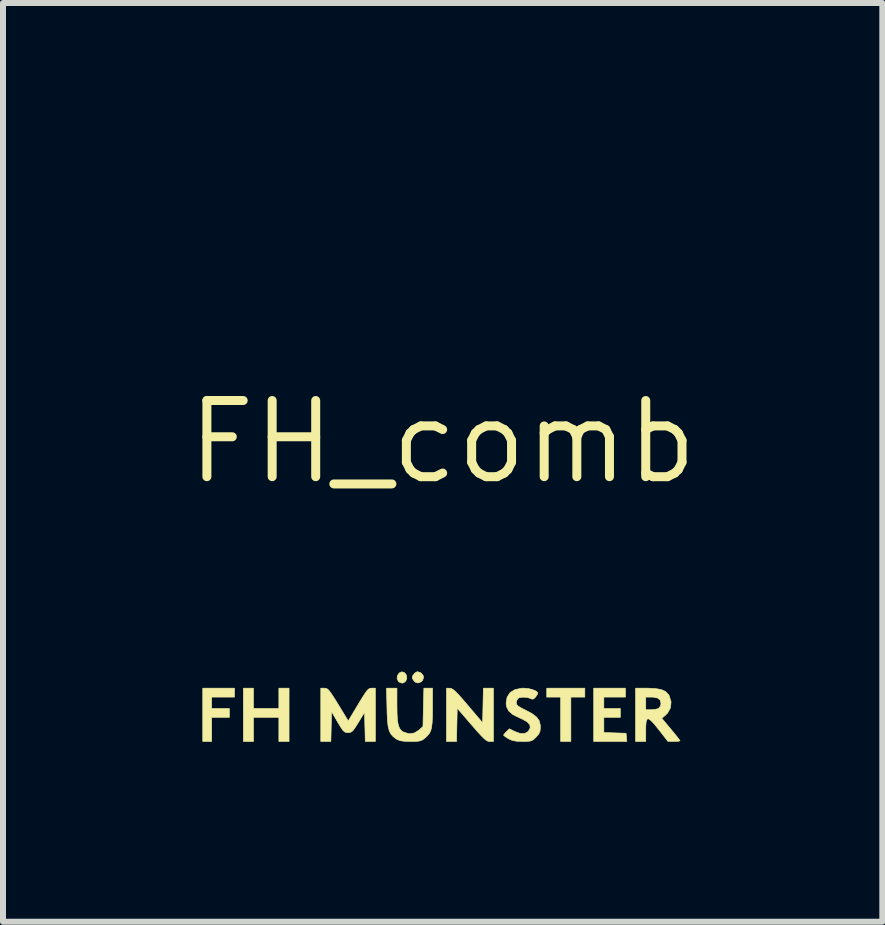
<source format=kicad_pcb>
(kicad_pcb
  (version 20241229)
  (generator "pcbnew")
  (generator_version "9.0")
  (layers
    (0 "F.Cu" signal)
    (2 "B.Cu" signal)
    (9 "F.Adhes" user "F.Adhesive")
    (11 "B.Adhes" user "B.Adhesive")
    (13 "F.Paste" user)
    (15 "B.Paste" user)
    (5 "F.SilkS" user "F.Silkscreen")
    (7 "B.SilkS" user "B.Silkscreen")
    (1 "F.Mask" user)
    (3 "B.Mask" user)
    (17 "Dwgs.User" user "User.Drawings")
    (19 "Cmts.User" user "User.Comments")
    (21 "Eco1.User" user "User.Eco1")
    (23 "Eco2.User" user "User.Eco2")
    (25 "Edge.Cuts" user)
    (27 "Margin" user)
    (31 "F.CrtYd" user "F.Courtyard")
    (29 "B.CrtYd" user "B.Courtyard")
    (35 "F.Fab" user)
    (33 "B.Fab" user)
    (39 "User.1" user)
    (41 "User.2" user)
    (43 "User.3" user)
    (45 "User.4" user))
  (footprint "FH_comb"
    (layer "F.Cu")
    (at 4.331 4.319)
    (property "Reference" "FH_comb" (at 0 0 0) (layer "F.SilkS") (effects (font (size 1.27 1.27) (thickness 0.15))))
    (attr through_hole)
    (fp_poly (pts (xy -3.472 -1.43) (xy -3.431 -1.41) (xy -3.377 -1.369) (xy -3.308 -1.305) (xy -3.218 -1.218) (xy -3.104 -1.104) (xy -2.984 -0.983) (xy -2.866 -0.866) (xy -2.759 -0.757) (xy -2.666 -0.662) (xy -2.589 -0.584) (xy -2.534 -0.526) (xy -2.503 -0.492) (xy -2.498 -0.485) (xy -2.512 -0.468) (xy -2.554 -0.425) (xy -2.618 -0.36) (xy -2.702 -0.277) (xy -2.801 -0.18) (xy -2.912 -0.072) (xy -2.949 -0.037) (xy -3.4 0.399) (xy -3.489 0.289) (xy -3.624 0.093) (xy -3.722 -0.118) (xy -3.783 -0.339) (xy -3.807 -0.565) (xy -3.793 -0.792) (xy -3.741 -1.013) (xy -3.65 -1.224) (xy -3.617 -1.282) (xy -3.583 -1.339) (xy -3.556 -1.384) (xy -3.53 -1.415) (xy -3.504 -1.431) (xy -3.472 -1.43)) (stroke (width 0.01) (type solid)) (fill yes) (layer "F.Mask"))
    (fp_poly (pts (xy -1.178 -3.711) (xy -1.133 -3.668) (xy -1.062 -3.599) (xy -0.966 -3.506) (xy -0.849 -3.391) (xy -0.712 -3.256) (xy -0.556 -3.103) (xy -0.385 -2.933) (xy -0.2 -2.749) (xy -0.003 -2.552) (xy 0.205 -2.346) (xy 0.402 -2.149) (xy 1.979 -0.572) (xy 1.726 -0.318) (xy 1.613 -0.208) (xy 1.522 -0.125) (xy 1.449 -0.067) (xy 1.388 -0.029) (xy 1.366 -0.019) (xy 1.256 0.015) (xy 1.131 0.033) (xy 1.008 0.033) (xy 0.904 0.015) (xy 0.9 0.014) (xy 0.823 -0.015) (xy 0.749 -0.048) (xy 0.741 -0.052) (xy 0.715 -0.072) (xy 0.662 -0.12) (xy 0.583 -0.193) (xy 0.482 -0.291) (xy 0.359 -0.409) (xy 0.217 -0.547) (xy 0.059 -0.701) (xy -0.113 -0.871) (xy -0.297 -1.053) (xy -0.491 -1.245) (xy -0.693 -1.446) (xy -0.714 -1.468) (xy -2.096 -2.847) (xy -1.656 -3.286) (xy -1.544 -3.397) (xy -1.441 -3.499) (xy -1.351 -3.586) (xy -1.278 -3.655) (xy -1.226 -3.702) (xy -1.199 -3.724) (xy -1.196 -3.725) (xy -1.178 -3.711)) (stroke (width 0.01) (type solid)) (fill yes) (layer "F.Mask"))
    (fp_poly (pts (xy 0.836 0.571) (xy 0.592 0.816) (xy 0.473 0.934) (xy 0.374 1.022) (xy 0.289 1.087) (xy 0.211 1.131) (xy 0.132 1.158) (xy 0.047 1.172) (xy -0.032 1.178) (xy -0.119 1.179) (xy -0.197 1.175) (xy -0.249 1.168) (xy -0.254 1.167) (xy -0.288 1.155) (xy -0.322 1.141) (xy -0.357 1.122) (xy -0.396 1.098) (xy -0.441 1.065) (xy -0.494 1.023) (xy -0.556 0.969) (xy -0.631 0.902) (xy -0.719 0.82) (xy -0.824 0.72) (xy -0.946 0.601) (xy -1.088 0.461) (xy -1.252 0.299) (xy -1.441 0.112) (xy -1.655 -0.102) (xy -1.868 -0.314) (xy -2.068 -0.514) (xy -2.259 -0.705) (xy -2.439 -0.886) (xy -2.607 -1.055) (xy -2.759 -1.209) (xy -2.894 -1.346) (xy -3.01 -1.464) (xy -3.104 -1.56) (xy -3.175 -1.634) (xy -3.221 -1.682) (xy -3.238 -1.703) (xy -3.238 -1.704) (xy -3.224 -1.723) (xy -3.182 -1.768) (xy -3.118 -1.835) (xy -3.034 -1.92) (xy -2.935 -2.018) (xy -2.824 -2.127) (xy -2.787 -2.163) (xy -2.335 -2.6) (xy 0.836 0.571)) (stroke (width 0.01) (type solid)) (fill yes) (layer "F.Mask"))
    (fp_poly (pts (xy 3.397 -1.408) (xy 3.459 -1.318) (xy 3.522 -1.204) (xy 3.579 -1.081) (xy 3.62 -0.967) (xy 3.628 -0.941) (xy 3.67 -0.699) (xy 3.67 -0.462) (xy 3.629 -0.23) (xy 3.545 -0.004) (xy 3.533 0.021) (xy 3.517 0.054) (xy 3.5 0.085) (xy 3.481 0.117) (xy 3.458 0.15) (xy 3.429 0.189) (xy 3.391 0.234) (xy 3.343 0.289) (xy 3.282 0.354) (xy 3.206 0.434) (xy 3.114 0.529) (xy 3.003 0.642) (xy 2.871 0.775) (xy 2.716 0.931) (xy 2.536 1.112) (xy 2.329 1.319) (xy 2.246 1.401) (xy 1.048 2.601) (xy 0.608 2.174) (xy 0.495 2.064) (xy 0.394 1.963) (xy 0.307 1.875) (xy 0.238 1.804) (xy 0.191 1.753) (xy 0.169 1.727) (xy 0.169 1.725) (xy 0.183 1.707) (xy 0.226 1.662) (xy 0.295 1.591) (xy 0.388 1.495) (xy 0.503 1.378) (xy 0.639 1.241) (xy 0.792 1.085) (xy 0.962 0.914) (xy 1.147 0.728) (xy 1.343 0.531) (xy 1.551 0.323) (xy 1.757 0.116) (xy 3.345 -1.471) (xy 3.397 -1.408)) (stroke (width 0.01) (type solid)) (fill yes) (layer "F.Mask"))
    (fp_poly (pts (xy -2.107 0.034) (xy -1.965 0.086) (xy -1.933 0.108) (xy -1.876 0.157) (xy -1.793 0.233) (xy -1.684 0.336) (xy -1.548 0.467) (xy -1.384 0.626) (xy -1.193 0.813) (xy -0.974 1.03) (xy -0.726 1.276) (xy -0.523 1.479) (xy 0.828 2.826) (xy 0.758 2.885) (xy 0.679 2.941) (xy 0.573 3) (xy 0.454 3.055) (xy 0.336 3.101) (xy 0.265 3.122) (xy 0.162 3.14) (xy 0.032 3.149) (xy -0.109 3.151) (xy -0.246 3.145) (xy -0.363 3.13) (xy -0.398 3.123) (xy -0.469 3.101) (xy -0.562 3.065) (xy -0.659 3.022) (xy -0.695 3.005) (xy -0.729 2.988) (xy -0.761 2.971) (xy -0.793 2.952) (xy -0.828 2.929) (xy -0.867 2.899) (xy -0.913 2.861) (xy -0.968 2.812) (xy -1.034 2.75) (xy -1.115 2.674) (xy -1.211 2.58) (xy -1.326 2.468) (xy -1.461 2.334) (xy -1.619 2.177) (xy -1.803 1.994) (xy -2.014 1.784) (xy -2.027 1.77) (xy -3.175 0.626) (xy -2.929 0.379) (xy -2.84 0.291) (xy -2.752 0.212) (xy -2.676 0.146) (xy -2.616 0.101) (xy -2.594 0.087) (xy -2.437 0.031) (xy -2.271 0.014) (xy -2.107 0.034)) (stroke (width 0.01) (type solid)) (fill yes) (layer "F.Mask"))
    (fp_poly (pts (xy 0.125 -4.303) (xy 0.212 -4.289) (xy 0.307 -4.263) (xy 0.419 -4.224) (xy 0.527 -4.179) (xy 0.55 -4.168) (xy 0.584 -4.151) (xy 0.615 -4.135) (xy 0.646 -4.116) (xy 0.68 -4.093) (xy 0.719 -4.063) (xy 0.764 -4.025) (xy 0.819 -3.977) (xy 0.885 -3.916) (xy 0.964 -3.84) (xy 1.06 -3.747) (xy 1.173 -3.636) (xy 1.307 -3.503) (xy 1.464 -3.348) (xy 1.646 -3.167) (xy 1.854 -2.959) (xy 1.921 -2.892) (xy 3.112 -1.705) (xy 2.875 -1.468) (xy 2.756 -1.351) (xy 2.656 -1.262) (xy 2.57 -1.198) (xy 2.491 -1.154) (xy 2.412 -1.127) (xy 2.325 -1.113) (xy 2.244 -1.107) (xy 2.114 -1.109) (xy 2.015 -1.122) (xy 1.969 -1.136) (xy 1.949 -1.146) (xy 1.921 -1.165) (xy 1.885 -1.193) (xy 1.837 -1.233) (xy 1.776 -1.287) (xy 1.702 -1.357) (xy 1.61 -1.443) (xy 1.501 -1.548) (xy 1.372 -1.673) (xy 1.221 -1.82) (xy 1.047 -1.991) (xy 0.848 -2.187) (xy 0.622 -2.411) (xy 0.461 -2.569) (xy 0.258 -2.771) (xy 0.063 -2.964) (xy -0.121 -3.147) (xy -0.292 -3.317) (xy -0.448 -3.472) (xy -0.587 -3.611) (xy -0.706 -3.731) (xy -0.805 -3.831) (xy -0.88 -3.907) (xy -0.929 -3.958) (xy -0.952 -3.982) (xy -0.953 -3.984) (xy -0.936 -4.006) (xy -0.893 -4.042) (xy -0.833 -4.086) (xy -0.767 -4.13) (xy -0.704 -4.167) (xy -0.698 -4.17) (xy -0.51 -4.246) (xy -0.302 -4.294) (xy -0.086 -4.314) (xy 0.125 -4.303)) (stroke (width 0.01) (type solid)) (fill yes) (layer "F.Mask"))
    (fp_poly (pts (xy 2.371 4.255) (xy 2.138 4.255) (xy 2.138 4.995) (xy 1.968 4.995) (xy 1.968 4.255) (xy 1.736 4.255) (xy 1.736 4.106) (xy 2.371 4.106) (xy 2.371 4.255)) (stroke (width 0.01) (type solid)) (fill yes) (layer "F.SilkS"))
    (fp_poly (pts (xy -3.471 4.255) (xy -3.852 4.255) (xy -3.852 4.445) (xy -3.556 4.445) (xy -3.556 4.593) (xy -3.852 4.593) (xy -3.852 4.995) (xy -4 4.995) (xy -4 4.106) (xy -3.471 4.106) (xy -3.471 4.255)) (stroke (width 0.01) (type solid)) (fill yes) (layer "F.SilkS"))
    (fp_poly (pts (xy -3.154 4.445) (xy -2.731 4.445) (xy -2.731 4.106) (xy -2.561 4.106) (xy -2.561 4.995) (xy -2.731 4.995) (xy -2.731 4.593) (xy -3.154 4.593) (xy -3.154 4.995) (xy -3.323 4.995) (xy -3.323 4.106) (xy -3.154 4.106) (xy -3.154 4.445)) (stroke (width 0.01) (type solid)) (fill yes) (layer "F.SilkS"))
    (fp_poly (pts (xy -0.64 3.844) (xy -0.605 3.886) (xy -0.597 3.938) (xy -0.613 3.986) (xy -0.651 4.017) (xy -0.677 4.022) (xy -0.722 4.006) (xy -0.74 3.991) (xy -0.76 3.943) (xy -0.752 3.893) (xy -0.724 3.853) (xy -0.683 3.834) (xy -0.64 3.844)) (stroke (width 0.01) (type solid)) (fill yes) (layer "F.SilkS"))
    (fp_poly (pts (xy -0.366 3.848) (xy -0.327 3.89) (xy -0.318 3.926) (xy -0.334 3.976) (xy -0.358 4) (xy -0.411 4.02) (xy -0.451 4.009) (xy -0.475 3.988) (xy -0.502 3.949) (xy -0.508 3.926) (xy -0.493 3.888) (xy -0.459 3.85) (xy -0.423 3.831) (xy -0.42 3.831) (xy -0.366 3.848)) (stroke (width 0.01) (type solid)) (fill yes) (layer "F.SilkS"))
    (fp_poly (pts (xy 3.048 4.255) (xy 2.688 4.255) (xy 2.688 4.445) (xy 2.963 4.445) (xy 2.963 4.593) (xy 2.688 4.593) (xy 2.688 4.846) (xy 2.873 4.852) (xy 3.059 4.858) (xy 3.065 4.927) (xy 3.072 4.995) (xy 2.519 4.995) (xy 2.519 4.106) (xy 3.048 4.106) (xy 3.048 4.255)) (stroke (width 0.01) (type solid)) (fill yes) (layer "F.SilkS"))
    (fp_poly (pts (xy 0.847 4.995) (xy 0.784 4.995) (xy 0.757 4.992) (xy 0.728 4.977) (xy 0.692 4.948) (xy 0.644 4.9) (xy 0.578 4.828) (xy 0.492 4.728) (xy 0.482 4.718) (xy 0.243 4.44) (xy 0.232 4.995) (xy 0.064 4.995) (xy 0.064 4.106) (xy 0.122 4.108) (xy 0.148 4.113) (xy 0.179 4.132) (xy 0.219 4.167) (xy 0.274 4.224) (xy 0.347 4.307) (xy 0.423 4.396) (xy 0.667 4.684) (xy 0.673 4.395) (xy 0.679 4.106) (xy 0.847 4.106) (xy 0.847 4.995)) (stroke (width 0.01) (type solid)) (fill yes) (layer "F.SilkS"))
    (fp_poly (pts (xy -1.944 4.109) (xy -1.92 4.121) (xy -1.893 4.147) (xy -1.859 4.193) (xy -1.812 4.264) (xy -1.749 4.366) (xy -1.741 4.379) (xy -1.574 4.653) (xy -1.41 4.379) (xy -1.346 4.274) (xy -1.299 4.2) (xy -1.264 4.151) (xy -1.237 4.123) (xy -1.213 4.11) (xy -1.188 4.106) (xy -1.184 4.106) (xy -1.122 4.106) (xy -1.122 4.995) (xy -1.29 4.995) (xy -1.302 4.508) (xy -1.405 4.678) (xy -1.455 4.757) (xy -1.49 4.807) (xy -1.519 4.834) (xy -1.548 4.845) (xy -1.578 4.847) (xy -1.611 4.845) (xy -1.639 4.832) (xy -1.668 4.803) (xy -1.703 4.75) (xy -1.75 4.673) (xy -1.852 4.498) (xy -1.858 4.747) (xy -1.864 4.995) (xy -2.032 4.995) (xy -2.032 4.106) (xy -1.97 4.106) (xy -1.944 4.109)) (stroke (width 0.01) (type solid)) (fill yes) (layer "F.SilkS"))
    (fp_poly (pts (xy -0.762 4.389) (xy -0.76 4.535) (xy -0.753 4.644) (xy -0.739 4.724) (xy -0.717 4.779) (xy -0.686 4.817) (xy -0.655 4.837) (xy -0.561 4.867) (xy -0.473 4.854) (xy -0.397 4.807) (xy -0.328 4.745) (xy -0.321 4.426) (xy -0.313 4.106) (xy -0.169 4.106) (xy -0.169 4.435) (xy -0.17 4.577) (xy -0.175 4.684) (xy -0.185 4.764) (xy -0.201 4.823) (xy -0.227 4.869) (xy -0.264 4.91) (xy -0.297 4.94) (xy -0.335 4.968) (xy -0.373 4.984) (xy -0.425 4.993) (xy -0.503 4.995) (xy -0.536 4.995) (xy -0.635 4.992) (xy -0.703 4.983) (xy -0.752 4.965) (xy -0.77 4.955) (xy -0.823 4.916) (xy -0.861 4.874) (xy -0.889 4.821) (xy -0.908 4.751) (xy -0.919 4.657) (xy -0.926 4.531) (xy -0.928 4.44) (xy -0.936 4.106) (xy -0.762 4.106) (xy -0.762 4.389)) (stroke (width 0.01) (type solid)) (fill yes) (layer "F.SilkS"))
    (fp_poly (pts (xy 3.545 4.112) (xy 3.646 4.13) (xy 3.717 4.162) (xy 3.765 4.211) (xy 3.777 4.231) (xy 3.809 4.333) (xy 3.8 4.432) (xy 3.751 4.521) (xy 3.708 4.563) (xy 3.654 4.608) (xy 3.806 4.79) (xy 3.867 4.864) (xy 3.916 4.925) (xy 3.948 4.968) (xy 3.958 4.983) (xy 3.939 4.99) (xy 3.891 4.994) (xy 3.858 4.994) (xy 3.757 4.994) (xy 3.609 4.804) (xy 3.531 4.707) (xy 3.473 4.645) (xy 3.433 4.617) (xy 3.407 4.625) (xy 3.393 4.669) (xy 3.387 4.747) (xy 3.387 4.805) (xy 3.387 4.995) (xy 3.217 4.995) (xy 3.217 4.255) (xy 3.387 4.255) (xy 3.387 4.466) (xy 3.473 4.466) (xy 3.539 4.461) (xy 3.592 4.448) (xy 3.6 4.444) (xy 3.634 4.403) (xy 3.641 4.36) (xy 3.627 4.304) (xy 3.583 4.27) (xy 3.504 4.255) (xy 3.473 4.255) (xy 3.387 4.255) (xy 3.217 4.255) (xy 3.217 4.106) (xy 3.409 4.106) (xy 3.545 4.112)) (stroke (width 0.01) (type solid)) (fill yes) (layer "F.SilkS"))
    (fp_poly (pts (xy 1.43 4.113) (xy 1.502 4.131) (xy 1.558 4.155) (xy 1.586 4.182) (xy 1.587 4.189) (xy 1.575 4.217) (xy 1.549 4.255) (xy 1.515 4.287) (xy 1.483 4.287) (xy 1.466 4.278) (xy 1.407 4.26) (xy 1.338 4.256) (xy 1.279 4.265) (xy 1.253 4.28) (xy 1.232 4.321) (xy 1.228 4.352) (xy 1.235 4.38) (xy 1.263 4.408) (xy 1.319 4.441) (xy 1.383 4.473) (xy 1.493 4.532) (xy 1.567 4.589) (xy 1.61 4.65) (xy 1.628 4.723) (xy 1.63 4.757) (xy 1.624 4.824) (xy 1.601 4.874) (xy 1.558 4.923) (xy 1.518 4.961) (xy 1.483 4.982) (xy 1.438 4.992) (xy 1.371 4.995) (xy 1.33 4.995) (xy 1.233 4.991) (xy 1.162 4.978) (xy 1.102 4.952) (xy 1.095 4.948) (xy 1.047 4.917) (xy 1.019 4.894) (xy 1.016 4.889) (xy 1.03 4.867) (xy 1.063 4.831) (xy 1.065 4.83) (xy 1.114 4.784) (xy 1.196 4.826) (xy 1.292 4.862) (xy 1.37 4.862) (xy 1.425 4.83) (xy 1.46 4.771) (xy 1.454 4.716) (xy 1.406 4.665) (xy 1.317 4.616) (xy 1.283 4.602) (xy 1.173 4.548) (xy 1.102 4.487) (xy 1.065 4.414) (xy 1.058 4.357) (xy 1.075 4.255) (xy 1.126 4.179) (xy 1.208 4.129) (xy 1.321 4.107) (xy 1.355 4.106) (xy 1.43 4.113)) (stroke (width 0.01) (type solid)) (fill yes) (layer "F.SilkS")))
  (gr_rect
    (start -3 -3)
    (end 11.663 12.32)
    (stroke (width 0.1) (type default))
    (fill no)
    (layer "Edge.Cuts")))
</source>
